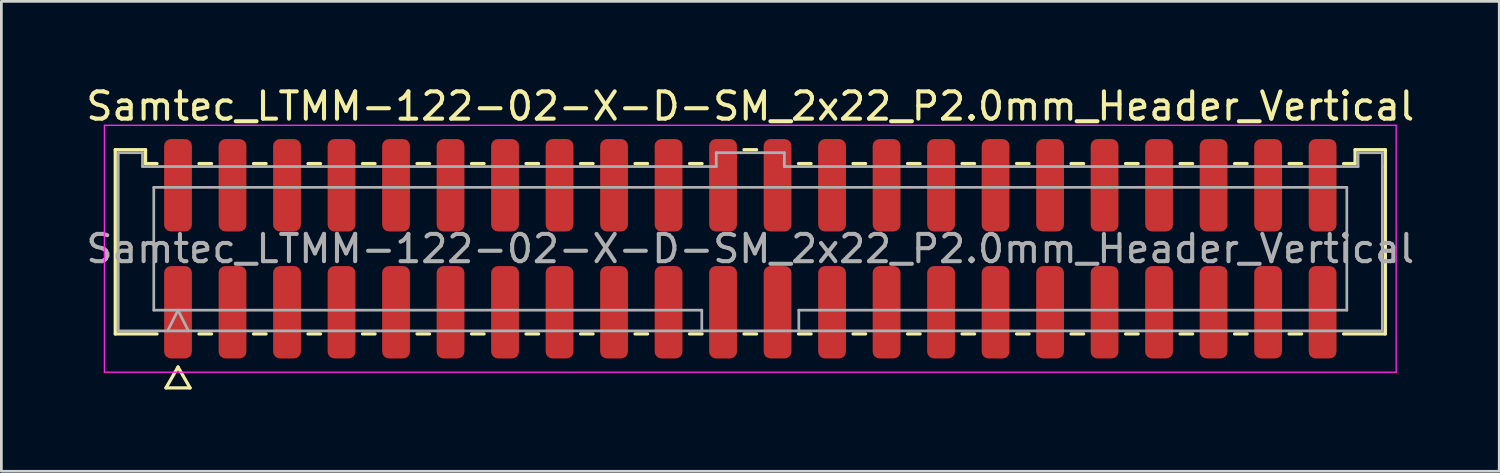
<source format=kicad_pcb>
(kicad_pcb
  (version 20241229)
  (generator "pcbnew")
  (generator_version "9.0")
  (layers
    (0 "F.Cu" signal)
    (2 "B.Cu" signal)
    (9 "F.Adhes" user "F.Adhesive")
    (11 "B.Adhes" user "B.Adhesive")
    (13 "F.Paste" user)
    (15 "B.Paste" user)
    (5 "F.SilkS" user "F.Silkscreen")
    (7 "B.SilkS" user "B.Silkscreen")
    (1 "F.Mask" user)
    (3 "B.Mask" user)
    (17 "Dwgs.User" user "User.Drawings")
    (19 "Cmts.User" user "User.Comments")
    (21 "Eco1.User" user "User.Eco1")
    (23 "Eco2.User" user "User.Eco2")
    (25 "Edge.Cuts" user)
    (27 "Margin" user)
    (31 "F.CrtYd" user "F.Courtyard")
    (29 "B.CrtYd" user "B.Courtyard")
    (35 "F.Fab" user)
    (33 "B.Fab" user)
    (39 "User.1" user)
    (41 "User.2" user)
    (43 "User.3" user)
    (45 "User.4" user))
  (footprint "Samtec_LTMM-122-02-X-D-SM_2x22_P2.0mm_Header_Vertical"
    (layer "F.Cu")
    (at 24.482 6.078)
    (property "Reference" "Samtec_LTMM-122-02-X-D-SM_2x22_P2.0mm_Header_Vertical" (at 0 -5.23 0) (layer "F.SilkS") (effects (font (size 1 1) (thickness 0.15))))
    (attr smd)
    (fp_line (start -23.302 -3.635) (end -22.192 -3.635) (stroke (width 0.12) (type solid)) (layer "F.SilkS"))
    (fp_line (start -23.302 3.125) (end -23.302 -3.635) (stroke (width 0.12) (type solid)) (layer "F.SilkS"))
    (fp_line (start -22.192 -3.635) (end -22.192 -3.125) (stroke (width 0.12) (type solid)) (layer "F.SilkS"))
    (fp_line (start -22.192 -3.125) (end -21.77 -3.125) (stroke (width 0.12) (type solid)) (layer "F.SilkS"))
    (fp_line (start -21.77 3.125) (end -23.302 3.125) (stroke (width 0.12) (type solid)) (layer "F.SilkS"))
    (fp_line (start -21.442 5.105) (end -21 4.34) (stroke (width 0.12) (type solid)) (layer "F.SilkS"))
    (fp_line (start -21 4.34) (end -20.558 5.105) (stroke (width 0.12) (type solid)) (layer "F.SilkS"))
    (fp_line (start -20.558 5.105) (end -21.442 5.105) (stroke (width 0.12) (type solid)) (layer "F.SilkS"))
    (fp_line (start -20.23 -3.125) (end -19.77 -3.125) (stroke (width 0.12) (type solid)) (layer "F.SilkS"))
    (fp_line (start -19.77 3.125) (end -20.23 3.125) (stroke (width 0.12) (type solid)) (layer "F.SilkS"))
    (fp_line (start -18.23 -3.125) (end -17.77 -3.125) (stroke (width 0.12) (type solid)) (layer "F.SilkS"))
    (fp_line (start -17.77 3.125) (end -18.23 3.125) (stroke (width 0.12) (type solid)) (layer "F.SilkS"))
    (fp_line (start -16.23 -3.125) (end -15.77 -3.125) (stroke (width 0.12) (type solid)) (layer "F.SilkS"))
    (fp_line (start -15.77 3.125) (end -16.23 3.125) (stroke (width 0.12) (type solid)) (layer "F.SilkS"))
    (fp_line (start -14.23 -3.125) (end -13.77 -3.125) (stroke (width 0.12) (type solid)) (layer "F.SilkS"))
    (fp_line (start -13.77 3.125) (end -14.23 3.125) (stroke (width 0.12) (type solid)) (layer "F.SilkS"))
    (fp_line (start -12.23 -3.125) (end -11.77 -3.125) (stroke (width 0.12) (type solid)) (layer "F.SilkS"))
    (fp_line (start -11.77 3.125) (end -12.23 3.125) (stroke (width 0.12) (type solid)) (layer "F.SilkS"))
    (fp_line (start -10.23 -3.125) (end -9.77 -3.125) (stroke (width 0.12) (type solid)) (layer "F.SilkS"))
    (fp_line (start -9.77 3.125) (end -10.23 3.125) (stroke (width 0.12) (type solid)) (layer "F.SilkS"))
    (fp_line (start -8.23 -3.125) (end -7.77 -3.125) (stroke (width 0.12) (type solid)) (layer "F.SilkS"))
    (fp_line (start -7.77 3.125) (end -8.23 3.125) (stroke (width 0.12) (type solid)) (layer "F.SilkS"))
    (fp_line (start -6.23 -3.125) (end -5.77 -3.125) (stroke (width 0.12) (type solid)) (layer "F.SilkS"))
    (fp_line (start -5.77 3.125) (end -6.23 3.125) (stroke (width 0.12) (type solid)) (layer "F.SilkS"))
    (fp_line (start -4.23 -3.125) (end -3.77 -3.125) (stroke (width 0.12) (type solid)) (layer "F.SilkS"))
    (fp_line (start -3.77 3.125) (end -4.23 3.125) (stroke (width 0.12) (type solid)) (layer "F.SilkS"))
    (fp_line (start -2.23 -3.125) (end -1.77 -3.125) (stroke (width 0.12) (type solid)) (layer "F.SilkS"))
    (fp_line (start -1.77 3.125) (end -2.23 3.125) (stroke (width 0.12) (type solid)) (layer "F.SilkS"))
    (fp_line (start -0.23 -3.635) (end 0.23 -3.635) (stroke (width 0.12) (type solid)) (layer "F.SilkS"))
    (fp_line (start 0.23 3.125) (end -0.23 3.125) (stroke (width 0.12) (type solid)) (layer "F.SilkS"))
    (fp_line (start 1.77 -3.125) (end 2.23 -3.125) (stroke (width 0.12) (type solid)) (layer "F.SilkS"))
    (fp_line (start 2.23 3.125) (end 1.77 3.125) (stroke (width 0.12) (type solid)) (layer "F.SilkS"))
    (fp_line (start 3.77 -3.125) (end 4.23 -3.125) (stroke (width 0.12) (type solid)) (layer "F.SilkS"))
    (fp_line (start 4.23 3.125) (end 3.77 3.125) (stroke (width 0.12) (type solid)) (layer "F.SilkS"))
    (fp_line (start 5.77 -3.125) (end 6.23 -3.125) (stroke (width 0.12) (type solid)) (layer "F.SilkS"))
    (fp_line (start 6.23 3.125) (end 5.77 3.125) (stroke (width 0.12) (type solid)) (layer "F.SilkS"))
    (fp_line (start 7.77 -3.125) (end 8.23 -3.125) (stroke (width 0.12) (type solid)) (layer "F.SilkS"))
    (fp_line (start 8.23 3.125) (end 7.77 3.125) (stroke (width 0.12) (type solid)) (layer "F.SilkS"))
    (fp_line (start 9.77 -3.125) (end 10.23 -3.125) (stroke (width 0.12) (type solid)) (layer "F.SilkS"))
    (fp_line (start 10.23 3.125) (end 9.77 3.125) (stroke (width 0.12) (type solid)) (layer "F.SilkS"))
    (fp_line (start 11.77 -3.125) (end 12.23 -3.125) (stroke (width 0.12) (type solid)) (layer "F.SilkS"))
    (fp_line (start 12.23 3.125) (end 11.77 3.125) (stroke (width 0.12) (type solid)) (layer "F.SilkS"))
    (fp_line (start 13.77 -3.125) (end 14.23 -3.125) (stroke (width 0.12) (type solid)) (layer "F.SilkS"))
    (fp_line (start 14.23 3.125) (end 13.77 3.125) (stroke (width 0.12) (type solid)) (layer "F.SilkS"))
    (fp_line (start 15.77 -3.125) (end 16.23 -3.125) (stroke (width 0.12) (type solid)) (layer "F.SilkS"))
    (fp_line (start 16.23 3.125) (end 15.77 3.125) (stroke (width 0.12) (type solid)) (layer "F.SilkS"))
    (fp_line (start 17.77 -3.125) (end 18.23 -3.125) (stroke (width 0.12) (type solid)) (layer "F.SilkS"))
    (fp_line (start 18.23 3.125) (end 17.77 3.125) (stroke (width 0.12) (type solid)) (layer "F.SilkS"))
    (fp_line (start 19.77 -3.125) (end 20.23 -3.125) (stroke (width 0.12) (type solid)) (layer "F.SilkS"))
    (fp_line (start 20.23 3.125) (end 19.77 3.125) (stroke (width 0.12) (type solid)) (layer "F.SilkS"))
    (fp_line (start 21.77 -3.125) (end 22.192 -3.125) (stroke (width 0.12) (type solid)) (layer "F.SilkS"))
    (fp_line (start 22.192 -3.635) (end 23.302 -3.635) (stroke (width 0.12) (type solid)) (layer "F.SilkS"))
    (fp_line (start 22.192 -3.125) (end 22.192 -3.635) (stroke (width 0.12) (type solid)) (layer "F.SilkS"))
    (fp_line (start 23.302 -3.635) (end 23.302 3.125) (stroke (width 0.12) (type solid)) (layer "F.SilkS"))
    (fp_line (start 23.302 3.125) (end 21.77 3.125) (stroke (width 0.12) (type solid)) (layer "F.SilkS"))
    (fp_line (start -23.7 -4.53) (end -23.7 4.53) (stroke (width 0.05) (type solid)) (layer "F.CrtYd"))
    (fp_line (start -23.7 4.53) (end 23.7 4.53) (stroke (width 0.05) (type solid)) (layer "F.CrtYd"))
    (fp_line (start 23.7 -4.53) (end -23.7 -4.53) (stroke (width 0.05) (type solid)) (layer "F.CrtYd"))
    (fp_line (start 23.7 4.53) (end 23.7 -4.53) (stroke (width 0.05) (type solid)) (layer "F.CrtYd"))
    (fp_line (start -23.192 -3.525) (end -22.302 -3.525) (stroke (width 0.1) (type solid)) (layer "F.Fab"))
    (fp_line (start -23.192 3.015) (end -23.192 -3.525) (stroke (width 0.1) (type solid)) (layer "F.Fab"))
    (fp_line (start -22.302 -3.525) (end -22.302 -3.015) (stroke (width 0.1) (type solid)) (layer "F.Fab"))
    (fp_line (start -22.302 -3.015) (end -1.25 -3.015) (stroke (width 0.1) (type solid)) (layer "F.Fab"))
    (fp_line (start -21.889 -2.253) (end 21.889 -2.253) (stroke (width 0.1) (type solid)) (layer "F.Fab"))
    (fp_line (start -21.889 2.253) (end -21.889 -2.253) (stroke (width 0.1) (type solid)) (layer "F.Fab"))
    (fp_line (start -21.381 3.015) (end -21 2.253) (stroke (width 0.1) (type solid)) (layer "F.Fab"))
    (fp_line (start -21 2.253) (end -20.619 3.015) (stroke (width 0.1) (type solid)) (layer "F.Fab"))
    (fp_line (start -1.78 2.253) (end -21.889 2.253) (stroke (width 0.1) (type solid)) (layer "F.Fab"))
    (fp_line (start -1.78 3.015) (end -1.78 2.253) (stroke (width 0.1) (type solid)) (layer "F.Fab"))
    (fp_line (start -1.25 -3.525) (end 1.25 -3.525) (stroke (width 0.1) (type solid)) (layer "F.Fab"))
    (fp_line (start -1.25 -3.015) (end -1.25 -3.525) (stroke (width 0.1) (type solid)) (layer "F.Fab"))
    (fp_line (start 1.25 -3.525) (end 1.25 -3.015) (stroke (width 0.1) (type solid)) (layer "F.Fab"))
    (fp_line (start 1.25 -3.015) (end 22.302 -3.015) (stroke (width 0.1) (type solid)) (layer "F.Fab"))
    (fp_line (start 1.78 2.253) (end 1.78 3.015) (stroke (width 0.1) (type solid)) (layer "F.Fab"))
    (fp_line (start 21.889 -2.253) (end 21.889 2.253) (stroke (width 0.1) (type solid)) (layer "F.Fab"))
    (fp_line (start 21.889 2.253) (end 1.78 2.253) (stroke (width 0.1) (type solid)) (layer "F.Fab"))
    (fp_line (start 22.302 -3.525) (end 23.192 -3.525) (stroke (width 0.1) (type solid)) (layer "F.Fab"))
    (fp_line (start 22.302 -3.015) (end 22.302 -3.525) (stroke (width 0.1) (type solid)) (layer "F.Fab"))
    (fp_line (start 23.192 -3.525) (end 23.192 -3.015) (stroke (width 0.1) (type solid)) (layer "F.Fab"))
    (fp_line (start 23.192 -3.015) (end 23.192 3.015) (stroke (width 0.1) (type solid)) (layer "F.Fab"))
    (fp_line (start 23.192 3.015) (end -23.192 3.015) (stroke (width 0.1) (type solid)) (layer "F.Fab"))
    (fp_text user "${REFERENCE}" (at 0 0 0) (layer "F.Fab") (effects (font (size 1 1) (thickness 0.15))))
    (pad "1" smd roundrect (at -21 2.33) (size 1.02 3.39) (layers "F.Cu" "F.Mask" "F.Paste") (roundrect_rratio 0.245))
    (pad "2" smd roundrect (at -21 -2.33) (size 1.02 3.39) (layers "F.Cu" "F.Mask" "F.Paste") (roundrect_rratio 0.245))
    (pad "3" smd roundrect (at -19 2.33) (size 1.02 3.39) (layers "F.Cu" "F.Mask" "F.Paste") (roundrect_rratio 0.245))
    (pad "4" smd roundrect (at -19 -2.33) (size 1.02 3.39) (layers "F.Cu" "F.Mask" "F.Paste") (roundrect_rratio 0.245))
    (pad "5" smd roundrect (at -17 2.33) (size 1.02 3.39) (layers "F.Cu" "F.Mask" "F.Paste") (roundrect_rratio 0.245))
    (pad "6" smd roundrect (at -17 -2.33) (size 1.02 3.39) (layers "F.Cu" "F.Mask" "F.Paste") (roundrect_rratio 0.245))
    (pad "7" smd roundrect (at -15 2.33) (size 1.02 3.39) (layers "F.Cu" "F.Mask" "F.Paste") (roundrect_rratio 0.245))
    (pad "8" smd roundrect (at -15 -2.33) (size 1.02 3.39) (layers "F.Cu" "F.Mask" "F.Paste") (roundrect_rratio 0.245))
    (pad "9" smd roundrect (at -13 2.33) (size 1.02 3.39) (layers "F.Cu" "F.Mask" "F.Paste") (roundrect_rratio 0.245))
    (pad "10" smd roundrect (at -13 -2.33) (size 1.02 3.39) (layers "F.Cu" "F.Mask" "F.Paste") (roundrect_rratio 0.245))
    (pad "11" smd roundrect (at -11 2.33) (size 1.02 3.39) (layers "F.Cu" "F.Mask" "F.Paste") (roundrect_rratio 0.245))
    (pad "12" smd roundrect (at -11 -2.33) (size 1.02 3.39) (layers "F.Cu" "F.Mask" "F.Paste") (roundrect_rratio 0.245))
    (pad "13" smd roundrect (at -9 2.33) (size 1.02 3.39) (layers "F.Cu" "F.Mask" "F.Paste") (roundrect_rratio 0.245))
    (pad "14" smd roundrect (at -9 -2.33) (size 1.02 3.39) (layers "F.Cu" "F.Mask" "F.Paste") (roundrect_rratio 0.245))
    (pad "15" smd roundrect (at -7 2.33) (size 1.02 3.39) (layers "F.Cu" "F.Mask" "F.Paste") (roundrect_rratio 0.245))
    (pad "16" smd roundrect (at -7 -2.33) (size 1.02 3.39) (layers "F.Cu" "F.Mask" "F.Paste") (roundrect_rratio 0.245))
    (pad "17" smd roundrect (at -5 2.33) (size 1.02 3.39) (layers "F.Cu" "F.Mask" "F.Paste") (roundrect_rratio 0.245))
    (pad "18" smd roundrect (at -5 -2.33) (size 1.02 3.39) (layers "F.Cu" "F.Mask" "F.Paste") (roundrect_rratio 0.245))
    (pad "19" smd roundrect (at -3 2.33) (size 1.02 3.39) (layers "F.Cu" "F.Mask" "F.Paste") (roundrect_rratio 0.245))
    (pad "20" smd roundrect (at -3 -2.33) (size 1.02 3.39) (layers "F.Cu" "F.Mask" "F.Paste") (roundrect_rratio 0.245))
    (pad "21" smd roundrect (at -1 2.33) (size 1.02 3.39) (layers "F.Cu" "F.Mask" "F.Paste") (roundrect_rratio 0.245))
    (pad "22" smd roundrect (at -1 -2.33) (size 1.02 3.39) (layers "F.Cu" "F.Mask" "F.Paste") (roundrect_rratio 0.245))
    (pad "23" smd roundrect (at 1 2.33) (size 1.02 3.39) (layers "F.Cu" "F.Mask" "F.Paste") (roundrect_rratio 0.245))
    (pad "24" smd roundrect (at 1 -2.33) (size 1.02 3.39) (layers "F.Cu" "F.Mask" "F.Paste") (roundrect_rratio 0.245))
    (pad "25" smd roundrect (at 3 2.33) (size 1.02 3.39) (layers "F.Cu" "F.Mask" "F.Paste") (roundrect_rratio 0.245))
    (pad "26" smd roundrect (at 3 -2.33) (size 1.02 3.39) (layers "F.Cu" "F.Mask" "F.Paste") (roundrect_rratio 0.245))
    (pad "27" smd roundrect (at 5 2.33) (size 1.02 3.39) (layers "F.Cu" "F.Mask" "F.Paste") (roundrect_rratio 0.245))
    (pad "28" smd roundrect (at 5 -2.33) (size 1.02 3.39) (layers "F.Cu" "F.Mask" "F.Paste") (roundrect_rratio 0.245))
    (pad "29" smd roundrect (at 7 2.33) (size 1.02 3.39) (layers "F.Cu" "F.Mask" "F.Paste") (roundrect_rratio 0.245))
    (pad "30" smd roundrect (at 7 -2.33) (size 1.02 3.39) (layers "F.Cu" "F.Mask" "F.Paste") (roundrect_rratio 0.245))
    (pad "31" smd roundrect (at 9 2.33) (size 1.02 3.39) (layers "F.Cu" "F.Mask" "F.Paste") (roundrect_rratio 0.245))
    (pad "32" smd roundrect (at 9 -2.33) (size 1.02 3.39) (layers "F.Cu" "F.Mask" "F.Paste") (roundrect_rratio 0.245))
    (pad "33" smd roundrect (at 11 2.33) (size 1.02 3.39) (layers "F.Cu" "F.Mask" "F.Paste") (roundrect_rratio 0.245))
    (pad "34" smd roundrect (at 11 -2.33) (size 1.02 3.39) (layers "F.Cu" "F.Mask" "F.Paste") (roundrect_rratio 0.245))
    (pad "35" smd roundrect (at 13 2.33) (size 1.02 3.39) (layers "F.Cu" "F.Mask" "F.Paste") (roundrect_rratio 0.245))
    (pad "36" smd roundrect (at 13 -2.33) (size 1.02 3.39) (layers "F.Cu" "F.Mask" "F.Paste") (roundrect_rratio 0.245))
    (pad "37" smd roundrect (at 15 2.33) (size 1.02 3.39) (layers "F.Cu" "F.Mask" "F.Paste") (roundrect_rratio 0.245))
    (pad "38" smd roundrect (at 15 -2.33) (size 1.02 3.39) (layers "F.Cu" "F.Mask" "F.Paste") (roundrect_rratio 0.245))
    (pad "39" smd roundrect (at 17 2.33) (size 1.02 3.39) (layers "F.Cu" "F.Mask" "F.Paste") (roundrect_rratio 0.245))
    (pad "40" smd roundrect (at 17 -2.33) (size 1.02 3.39) (layers "F.Cu" "F.Mask" "F.Paste") (roundrect_rratio 0.245))
    (pad "41" smd roundrect (at 19 2.33) (size 1.02 3.39) (layers "F.Cu" "F.Mask" "F.Paste") (roundrect_rratio 0.245))
    (pad "42" smd roundrect (at 19 -2.33) (size 1.02 3.39) (layers "F.Cu" "F.Mask" "F.Paste") (roundrect_rratio 0.245))
    (pad "43" smd roundrect (at 21 2.33) (size 1.02 3.39) (layers "F.Cu" "F.Mask" "F.Paste") (roundrect_rratio 0.245))
    (pad "44" smd roundrect (at 21 -2.33) (size 1.02 3.39) (layers "F.Cu" "F.Mask" "F.Paste") (roundrect_rratio 0.245)))
  (gr_rect
    (start -3 -3)
    (end 51.964 14.243)
    (stroke (width 0.1) (type default))
    (fill no)
    (layer "Edge.Cuts")))
</source>
